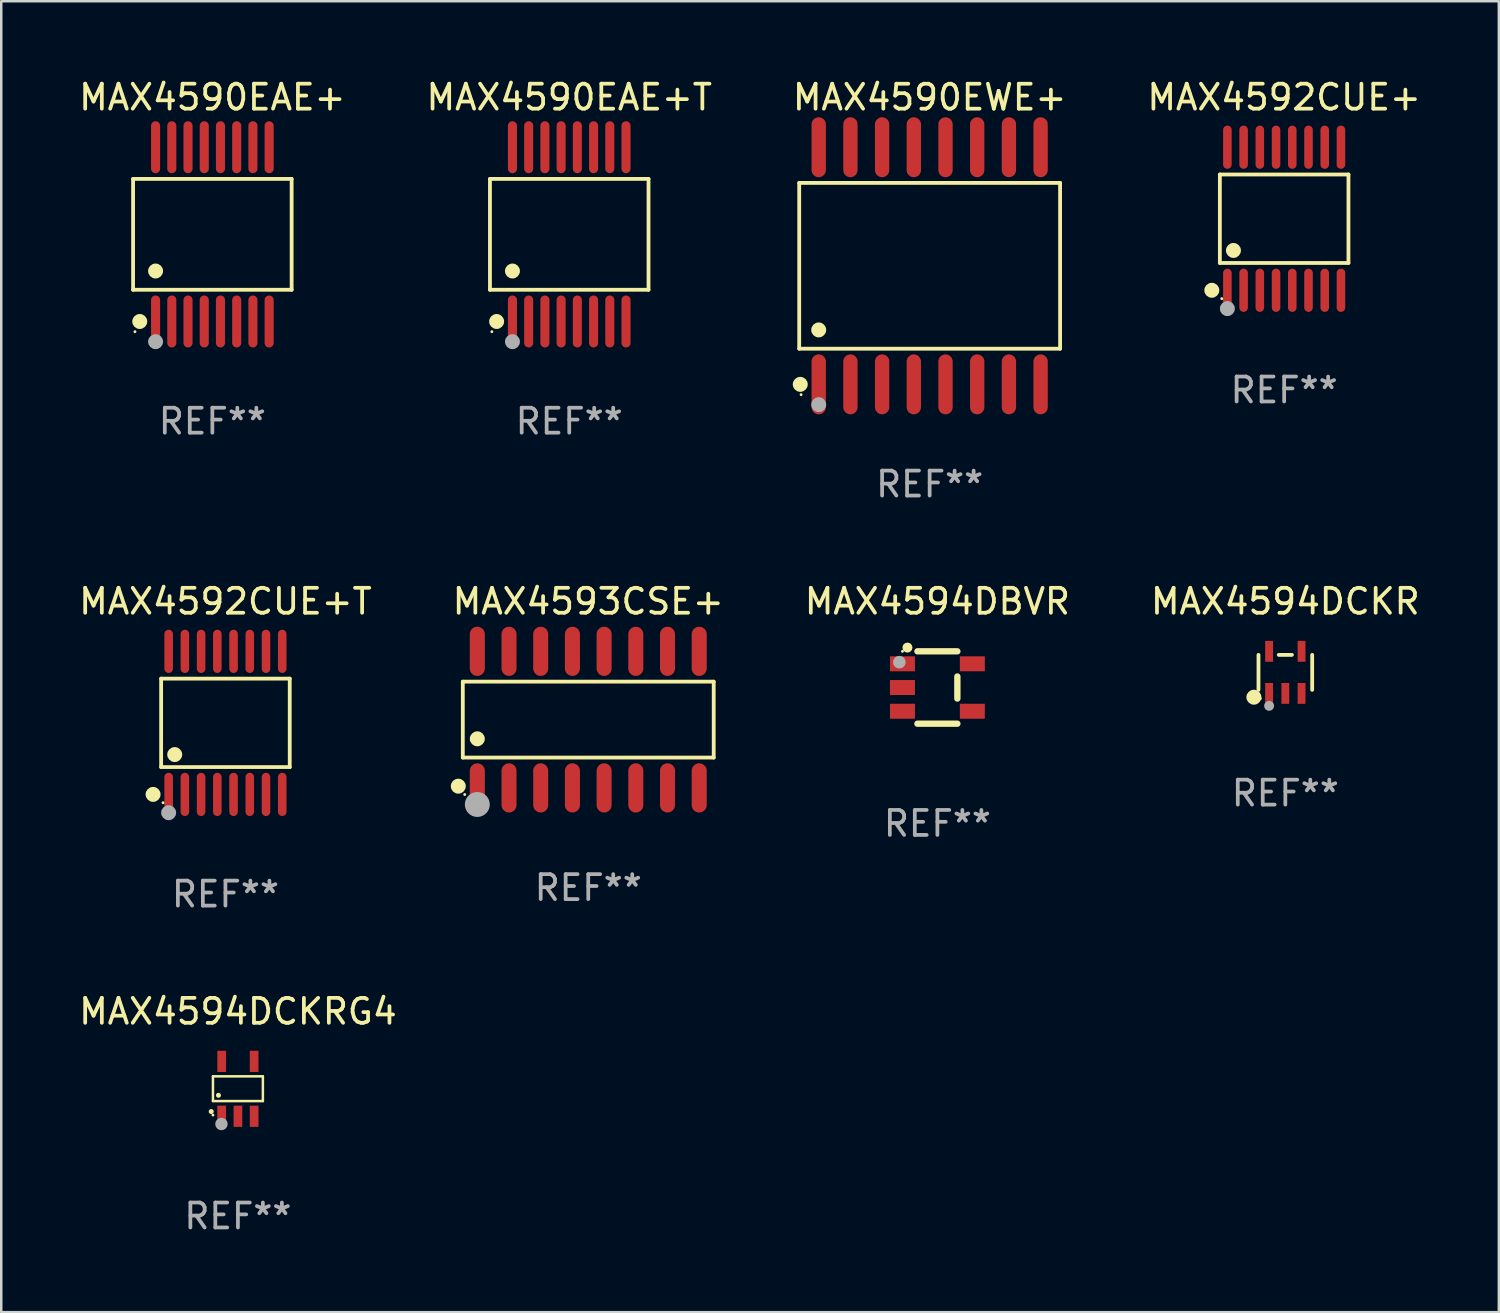
<source format=kicad_pcb>
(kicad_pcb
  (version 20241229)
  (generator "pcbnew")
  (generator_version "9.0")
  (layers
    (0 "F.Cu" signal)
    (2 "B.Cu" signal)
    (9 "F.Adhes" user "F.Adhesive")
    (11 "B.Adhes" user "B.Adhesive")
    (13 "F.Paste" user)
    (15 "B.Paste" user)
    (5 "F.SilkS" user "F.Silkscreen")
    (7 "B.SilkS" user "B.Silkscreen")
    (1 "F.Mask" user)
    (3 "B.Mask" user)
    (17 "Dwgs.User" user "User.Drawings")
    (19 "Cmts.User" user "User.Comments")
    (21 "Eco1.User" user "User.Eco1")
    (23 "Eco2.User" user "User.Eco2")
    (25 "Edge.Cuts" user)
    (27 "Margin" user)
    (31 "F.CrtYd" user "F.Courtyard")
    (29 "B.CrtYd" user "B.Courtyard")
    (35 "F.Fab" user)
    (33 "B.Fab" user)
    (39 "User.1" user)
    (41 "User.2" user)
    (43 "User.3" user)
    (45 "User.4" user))
  (footprint "MAX4592CUE+"
    (layer "F.Cu")
    (at 48.399 5.714)
    (property "Reference" "MAX4592CUE+" (at 0 -4.866 0) (layer "F.SilkS") (effects (font (size 1 1) (thickness 0.15))))
    (attr through_hole)
    (fp_line (start -2.576 -1.772) (end 2.576 -1.772) (stroke (width 0.152) (type solid)) (layer "F.SilkS"))
    (fp_line (start -2.576 1.771) (end -2.576 -1.772) (stroke (width 0.152) (type solid)) (layer "F.SilkS"))
    (fp_line (start 2.576 -1.772) (end 2.576 1.771) (stroke (width 0.152) (type solid)) (layer "F.SilkS"))
    (fp_line (start 2.576 1.771) (end -2.576 1.771) (stroke (width 0.152) (type solid)) (layer "F.SilkS"))
    (fp_circle (center -2.899 2.866) (end -2.749 2.866) (stroke (width 0.3) (type solid)) (fill no) (layer "F.SilkS"))
    (fp_circle (center -2.5 3.2) (end -2.47 3.2) (stroke (width 0.06) (type solid)) (fill no) (layer "F.SilkS"))
    (fp_circle (center -2.032 1.27) (end -1.882 1.27) (stroke (width 0.3) (type solid)) (fill no) (layer "F.SilkS"))
    (fp_circle (center -2.275 3.6) (end -2.125 3.6) (stroke (width 0.3) (type solid)) (fill no) (layer "F.Fab"))
    (fp_text user "REF**" (at 0 6.866 0) (layer "F.Fab") (effects (font (size 1 1) (thickness 0.15))))
    (pad "1" smd oval (at -2.275 2.866) (size 0.343 1.731) (layers "F.Cu" "F.Mask" "F.Paste"))
    (pad "2" smd oval (at -1.625 2.866) (size 0.343 1.731) (layers "F.Cu" "F.Mask" "F.Paste"))
    (pad "3" smd oval (at -0.975 2.866) (size 0.343 1.731) (layers "F.Cu" "F.Mask" "F.Paste"))
    (pad "4" smd oval (at -0.325 2.866) (size 0.343 1.731) (layers "F.Cu" "F.Mask" "F.Paste"))
    (pad "5" smd oval (at 0.325 2.866) (size 0.343 1.731) (layers "F.Cu" "F.Mask" "F.Paste"))
    (pad "6" smd oval (at 0.975 2.866) (size 0.343 1.731) (layers "F.Cu" "F.Mask" "F.Paste"))
    (pad "7" smd oval (at 1.625 2.866) (size 0.343 1.731) (layers "F.Cu" "F.Mask" "F.Paste"))
    (pad "8" smd oval (at 2.275 2.866) (size 0.343 1.731) (layers "F.Cu" "F.Mask" "F.Paste"))
    (pad "9" smd oval (at 2.275 -2.866) (size 0.343 1.731) (layers "F.Cu" "F.Mask" "F.Paste"))
    (pad "10" smd oval (at 1.625 -2.866) (size 0.343 1.731) (layers "F.Cu" "F.Mask" "F.Paste"))
    (pad "11" smd oval (at 0.975 -2.866) (size 0.343 1.731) (layers "F.Cu" "F.Mask" "F.Paste"))
    (pad "12" smd oval (at 0.325 -2.866) (size 0.343 1.731) (layers "F.Cu" "F.Mask" "F.Paste"))
    (pad "13" smd oval (at -0.325 -2.866) (size 0.343 1.731) (layers "F.Cu" "F.Mask" "F.Paste"))
    (pad "14" smd oval (at -0.975 -2.866) (size 0.343 1.731) (layers "F.Cu" "F.Mask" "F.Paste"))
    (pad "15" smd oval (at -1.625 -2.866) (size 0.343 1.731) (layers "F.Cu" "F.Mask" "F.Paste"))
    (pad "16" smd oval (at -2.275 -2.866) (size 0.343 1.731) (layers "F.Cu" "F.Mask" "F.Paste")))
  (footprint "MAX4590EAE+T"
    (layer "F.Cu")
    (at 19.756 6.339)
    (property "Reference" "MAX4590EAE+T" (at 0 -5.491 0) (layer "F.SilkS") (effects (font (size 1 1) (thickness 0.15))))
    (attr through_hole)
    (fp_line (start -3.176 -2.221) (end 3.176 -2.221) (stroke (width 0.152) (type solid)) (layer "F.SilkS"))
    (fp_line (start -3.176 2.221) (end -3.176 -2.221) (stroke (width 0.152) (type solid)) (layer "F.SilkS"))
    (fp_line (start 3.176 -2.221) (end 3.176 2.221) (stroke (width 0.152) (type solid)) (layer "F.SilkS"))
    (fp_line (start 3.176 2.221) (end -3.176 2.221) (stroke (width 0.152) (type solid)) (layer "F.SilkS"))
    (fp_circle (center -3.1 3.9) (end -3.07 3.9) (stroke (width 0.06) (type solid)) (fill no) (layer "F.SilkS"))
    (fp_circle (center -2.909 3.491) (end -2.759 3.491) (stroke (width 0.3) (type solid)) (fill no) (layer "F.SilkS"))
    (fp_circle (center -2.275 1.469) (end -2.125 1.469) (stroke (width 0.3) (type solid)) (fill no) (layer "F.SilkS"))
    (fp_circle (center -2.275 4.3) (end -2.125 4.3) (stroke (width 0.3) (type solid)) (fill no) (layer "F.Fab"))
    (fp_text user "REF**" (at 0 7.491 0) (layer "F.Fab") (effects (font (size 1 1) (thickness 0.15))))
    (pad "1" smd oval (at -2.275 3.491) (size 0.364 2.082) (layers "F.Cu" "F.Mask" "F.Paste"))
    (pad "2" smd oval (at -1.625 3.491) (size 0.364 2.082) (layers "F.Cu" "F.Mask" "F.Paste"))
    (pad "3" smd oval (at -0.975 3.491) (size 0.364 2.082) (layers "F.Cu" "F.Mask" "F.Paste"))
    (pad "4" smd oval (at -0.325 3.491) (size 0.364 2.082) (layers "F.Cu" "F.Mask" "F.Paste"))
    (pad "5" smd oval (at 0.325 3.491) (size 0.364 2.082) (layers "F.Cu" "F.Mask" "F.Paste"))
    (pad "6" smd oval (at 0.975 3.491) (size 0.364 2.082) (layers "F.Cu" "F.Mask" "F.Paste"))
    (pad "7" smd oval (at 1.625 3.491) (size 0.364 2.082) (layers "F.Cu" "F.Mask" "F.Paste"))
    (pad "8" smd oval (at 2.275 3.491) (size 0.364 2.082) (layers "F.Cu" "F.Mask" "F.Paste"))
    (pad "9" smd oval (at 2.275 -3.491) (size 0.364 2.082) (layers "F.Cu" "F.Mask" "F.Paste"))
    (pad "10" smd oval (at 1.625 -3.491) (size 0.364 2.082) (layers "F.Cu" "F.Mask" "F.Paste"))
    (pad "11" smd oval (at 0.975 -3.491) (size 0.364 2.082) (layers "F.Cu" "F.Mask" "F.Paste"))
    (pad "12" smd oval (at 0.325 -3.491) (size 0.364 2.082) (layers "F.Cu" "F.Mask" "F.Paste"))
    (pad "13" smd oval (at -0.325 -3.491) (size 0.364 2.082) (layers "F.Cu" "F.Mask" "F.Paste"))
    (pad "14" smd oval (at -0.975 -3.491) (size 0.364 2.082) (layers "F.Cu" "F.Mask" "F.Paste"))
    (pad "15" smd oval (at -1.625 -3.491) (size 0.364 2.082) (layers "F.Cu" "F.Mask" "F.Paste"))
    (pad "16" smd oval (at -2.275 -3.491) (size 0.364 2.082) (layers "F.Cu" "F.Mask" "F.Paste")))
  (footprint "MAX4590EWE+"
    (layer "F.Cu")
    (at 34.196 7.599)
    (property "Reference" "MAX4590EWE+" (at 0 -6.75 0) (layer "F.SilkS") (effects (font (size 1 1) (thickness 0.15))))
    (attr through_hole)
    (fp_line (start -5.226 -3.321) (end 5.226 -3.321) (stroke (width 0.152) (type solid)) (layer "F.SilkS"))
    (fp_line (start -5.226 3.321) (end -5.226 -3.321) (stroke (width 0.152) (type solid)) (layer "F.SilkS"))
    (fp_line (start 5.226 -3.321) (end 5.226 3.321) (stroke (width 0.152) (type solid)) (layer "F.SilkS"))
    (fp_line (start 5.226 3.321) (end -5.226 3.321) (stroke (width 0.152) (type solid)) (layer "F.SilkS"))
    (fp_circle (center -5.184 4.75) (end -5.034 4.75) (stroke (width 0.3) (type solid)) (fill no) (layer "F.SilkS"))
    (fp_circle (center -5.15 5.163) (end -5.12 5.163) (stroke (width 0.06) (type solid)) (fill no) (layer "F.SilkS"))
    (fp_circle (center -4.445 2.569) (end -4.295 2.569) (stroke (width 0.3) (type solid)) (fill no) (layer "F.SilkS"))
    (fp_circle (center -4.445 5.563) (end -4.295 5.563) (stroke (width 0.3) (type solid)) (fill no) (layer "F.Fab"))
    (fp_text user "REF**" (at 0 8.75 0) (layer "F.Fab") (effects (font (size 1 1) (thickness 0.15))))
    (pad "1" smd oval (at -4.445 4.75) (size 0.574 2.401) (layers "F.Cu" "F.Mask" "F.Paste"))
    (pad "2" smd oval (at -3.175 4.75) (size 0.574 2.401) (layers "F.Cu" "F.Mask" "F.Paste"))
    (pad "3" smd oval (at -1.905 4.75) (size 0.574 2.401) (layers "F.Cu" "F.Mask" "F.Paste"))
    (pad "4" smd oval (at -0.635 4.75) (size 0.574 2.401) (layers "F.Cu" "F.Mask" "F.Paste"))
    (pad "5" smd oval (at 0.635 4.75) (size 0.574 2.401) (layers "F.Cu" "F.Mask" "F.Paste"))
    (pad "6" smd oval (at 1.905 4.75) (size 0.574 2.401) (layers "F.Cu" "F.Mask" "F.Paste"))
    (pad "7" smd oval (at 3.175 4.75) (size 0.574 2.401) (layers "F.Cu" "F.Mask" "F.Paste"))
    (pad "8" smd oval (at 4.445 4.75) (size 0.574 2.401) (layers "F.Cu" "F.Mask" "F.Paste"))
    (pad "9" smd oval (at 4.445 -4.75) (size 0.574 2.401) (layers "F.Cu" "F.Mask" "F.Paste"))
    (pad "10" smd oval (at 3.175 -4.75) (size 0.574 2.401) (layers "F.Cu" "F.Mask" "F.Paste"))
    (pad "11" smd oval (at 1.905 -4.75) (size 0.574 2.401) (layers "F.Cu" "F.Mask" "F.Paste"))
    (pad "12" smd oval (at 0.635 -4.75) (size 0.574 2.401) (layers "F.Cu" "F.Mask" "F.Paste"))
    (pad "13" smd oval (at -0.635 -4.75) (size 0.574 2.401) (layers "F.Cu" "F.Mask" "F.Paste"))
    (pad "14" smd oval (at -1.905 -4.75) (size 0.574 2.401) (layers "F.Cu" "F.Mask" "F.Paste"))
    (pad "15" smd oval (at -3.175 -4.75) (size 0.574 2.401) (layers "F.Cu" "F.Mask" "F.Paste"))
    (pad "16" smd oval (at -4.445 -4.75) (size 0.574 2.401) (layers "F.Cu" "F.Mask" "F.Paste")))
  (footprint "MAX4594DCKRG4"
    (layer "F.Cu")
    (at 6.482 40.573)
    (property "Reference" "MAX4594DCKRG4" (at 0 -3.1 0) (layer "F.SilkS") (effects (font (size 1 1) (thickness 0.15))))
    (attr through_hole)
    (fp_line (start -1 -0.5) (end -1 0.49) (stroke (width 0.1) (type solid)) (layer "F.SilkS"))
    (fp_line (start -1 0.49) (end 1 0.49) (stroke (width 0.1) (type solid)) (layer "F.SilkS"))
    (fp_line (start 0.99 -0.5) (end -1 -0.5) (stroke (width 0.1) (type solid)) (layer "F.SilkS"))
    (fp_line (start 1 -0.49) (end 0.99 -0.5) (stroke (width 0.1) (type solid)) (layer "F.SilkS"))
    (fp_line (start 1 0.49) (end 1 -0.49) (stroke (width 0.1) (type solid)) (layer "F.SilkS"))
    (fp_circle (center -1.07 0.91) (end -1.02 0.91) (stroke (width 0.1) (type solid)) (fill no) (layer "F.SilkS"))
    (fp_circle (center -1 1.05) (end -0.97 1.05) (stroke (width 0.06) (type solid)) (fill no) (layer "F.SilkS"))
    (fp_circle (center -0.78 0.26) (end -0.73 0.26) (stroke (width 0.1) (type solid)) (fill no) (layer "F.SilkS"))
    (fp_circle (center -0.66 1.41) (end -0.535 1.41) (stroke (width 0.25) (type solid)) (fill no) (layer "F.Fab"))
    (fp_text user "REF**" (at 0 5.1 0) (layer "F.Fab") (effects (font (size 1 1) (thickness 0.15))))
    (pad "1" smd rect (at -0.65 1.1) (size 0.35 0.85) (layers "F.Cu" "F.Mask" "F.Paste"))
    (pad "2" smd rect (at 0.000051 1.1) (size 0.35 0.85) (layers "F.Cu" "F.Mask" "F.Paste"))
    (pad "3" smd rect (at 0.65 1.1) (size 0.35 0.85) (layers "F.Cu" "F.Mask" "F.Paste"))
    (pad "4" smd rect (at 0.65 -1.1) (size 0.35 0.85) (layers "F.Cu" "F.Mask" "F.Paste"))
    (pad "5" smd rect (at -0.65 -1.1) (size 0.35 0.85) (layers "F.Cu" "F.Mask" "F.Paste")))
  (footprint "MAX4593CSE+"
    (layer "F.Cu")
    (at 20.518 25.781)
    (property "Reference" "MAX4593CSE+" (at 0 -4.736 0) (layer "F.SilkS") (effects (font (size 1 1) (thickness 0.15))))
    (attr through_hole)
    (fp_line (start -5.026 -1.521) (end 5.026 -1.521) (stroke (width 0.152) (type solid)) (layer "F.SilkS"))
    (fp_line (start -5.026 1.521) (end -5.026 -1.521) (stroke (width 0.152) (type solid)) (layer "F.SilkS"))
    (fp_line (start 5.026 -1.521) (end 5.026 1.521) (stroke (width 0.152) (type solid)) (layer "F.SilkS"))
    (fp_line (start 5.026 1.521) (end -5.026 1.521) (stroke (width 0.152) (type solid)) (layer "F.SilkS"))
    (fp_circle (center -5.207 2.667) (end -5.057 2.667) (stroke (width 0.3) (type solid)) (fill no) (layer "F.SilkS"))
    (fp_circle (center -4.95 3) (end -4.92 3) (stroke (width 0.06) (type solid)) (fill no) (layer "F.SilkS"))
    (fp_circle (center -4.445 0.769) (end -4.295 0.769) (stroke (width 0.3) (type solid)) (fill no) (layer "F.SilkS"))
    (fp_circle (center -4.445 3.4) (end -4.195 3.4) (stroke (width 0.5) (type solid)) (fill no) (layer "F.Fab"))
    (fp_text user "REF**" (at 0 6.736 0) (layer "F.Fab") (effects (font (size 1 1) (thickness 0.15))))
    (pad "1" smd oval (at -4.445 2.736) (size 0.602 1.971) (layers "F.Cu" "F.Mask" "F.Paste"))
    (pad "2" smd oval (at -3.175 2.736) (size 0.602 1.971) (layers "F.Cu" "F.Mask" "F.Paste"))
    (pad "3" smd oval (at -1.905 2.736) (size 0.602 1.971) (layers "F.Cu" "F.Mask" "F.Paste"))
    (pad "4" smd oval (at -0.635 2.736) (size 0.602 1.971) (layers "F.Cu" "F.Mask" "F.Paste"))
    (pad "5" smd oval (at 0.635 2.736) (size 0.602 1.971) (layers "F.Cu" "F.Mask" "F.Paste"))
    (pad "6" smd oval (at 1.905 2.736) (size 0.602 1.971) (layers "F.Cu" "F.Mask" "F.Paste"))
    (pad "7" smd oval (at 3.175 2.736) (size 0.602 1.971) (layers "F.Cu" "F.Mask" "F.Paste"))
    (pad "8" smd oval (at 4.445 2.736) (size 0.602 1.971) (layers "F.Cu" "F.Mask" "F.Paste"))
    (pad "9" smd oval (at 4.445 -2.736) (size 0.602 1.971) (layers "F.Cu" "F.Mask" "F.Paste"))
    (pad "10" smd oval (at 3.175 -2.736) (size 0.602 1.971) (layers "F.Cu" "F.Mask" "F.Paste"))
    (pad "11" smd oval (at 1.905 -2.736) (size 0.602 1.971) (layers "F.Cu" "F.Mask" "F.Paste"))
    (pad "12" smd oval (at 0.635 -2.736) (size 0.602 1.971) (layers "F.Cu" "F.Mask" "F.Paste"))
    (pad "13" smd oval (at -0.635 -2.736) (size 0.602 1.971) (layers "F.Cu" "F.Mask" "F.Paste"))
    (pad "14" smd oval (at -1.905 -2.736) (size 0.602 1.971) (layers "F.Cu" "F.Mask" "F.Paste"))
    (pad "15" smd oval (at -3.175 -2.736) (size 0.602 1.971) (layers "F.Cu" "F.Mask" "F.Paste"))
    (pad "16" smd oval (at -4.445 -2.736) (size 0.602 1.971) (layers "F.Cu" "F.Mask" "F.Paste")))
  (footprint "MAX4594DBVR"
    (layer "F.Cu")
    (at 34.506 24.495)
    (property "Reference" "MAX4594DBVR" (at 0 -3.45 0) (layer "F.SilkS") (effects (font (size 1 1) (thickness 0.15))))
    (attr through_hole)
    (fp_line (start 0.8 -1.45) (end -0.8 -1.45) (stroke (width 0.254) (type solid)) (layer "F.SilkS"))
    (fp_line (start 0.8 -0.442) (end 0.8 0.442) (stroke (width 0.254) (type solid)) (layer "F.SilkS"))
    (fp_line (start 0.8 1.45) (end -0.8 1.45) (stroke (width 0.254) (type solid)) (layer "F.SilkS"))
    (fp_circle (center -1.4 -1.45) (end -1.37 -1.45) (stroke (width 0.06) (type solid)) (fill no) (layer "F.SilkS"))
    (fp_circle (center -1.2 -1.6) (end -1.1 -1.6) (stroke (width 0.2) (type solid)) (fill no) (layer "F.SilkS"))
    (fp_circle (center -1.524 -1.016) (end -1.397 -1.016) (stroke (width 0.254) (type solid)) (fill no) (layer "F.Fab"))
    (fp_text user "REF**" (at 0 5.45 0) (layer "F.Fab") (effects (font (size 1 1) (thickness 0.15))))
    (pad "1" smd rect (at -1.4 -0.95 180) (size 1 0.6) (layers "F.Cu" "F.Mask" "F.Paste"))
    (pad "2" smd rect (at -1.4 0.000114 180) (size 1 0.6) (layers "F.Cu" "F.Mask" "F.Paste"))
    (pad "3" smd rect (at -1.4 0.95 180) (size 1 0.6) (layers "F.Cu" "F.Mask" "F.Paste"))
    (pad "4" smd rect (at 1.4 0.95) (size 1 0.6) (layers "F.Cu" "F.Mask" "F.Paste"))
    (pad "5" smd rect (at 1.4 -0.95) (size 1 0.6) (layers "F.Cu" "F.Mask" "F.Paste")))
  (footprint "MAX4594DCKR"
    (layer "F.Cu")
    (at 48.446 23.888)
    (property "Reference" "MAX4594DCKR" (at 0 -2.843 0) (layer "F.SilkS") (effects (font (size 1 1) (thickness 0.15))))
    (attr through_hole)
    (fp_line (start -1.076 0.701) (end -1.076 -0.701) (stroke (width 0.152) (type solid)) (layer "F.SilkS"))
    (fp_line (start 0.264 -0.701) (end -0.264 -0.701) (stroke (width 0.152) (type solid)) (layer "F.SilkS"))
    (fp_line (start 1.076 0.701) (end 1.076 -0.701) (stroke (width 0.152) (type solid)) (layer "F.SilkS"))
    (fp_circle (center -1.26 0.995) (end -1.11 0.995) (stroke (width 0.3) (type solid)) (fill no) (layer "F.SilkS"))
    (fp_circle (center -1 1.05) (end -0.97 1.05) (stroke (width 0.06) (type solid)) (fill no) (layer "F.SilkS"))
    (fp_circle (center -0.65 1.341) (end -0.55 1.341) (stroke (width 0.2) (type solid)) (fill no) (layer "F.Fab"))
    (fp_text user "REF**" (at 0 4.843 0) (layer "F.Fab") (effects (font (size 1 1) (thickness 0.15))))
    (pad "1" smd rect (at -0.65 0.843) (size 0.315 0.835) (layers "F.Cu" "F.Mask" "F.Paste"))
    (pad "2" smd rect (at 0.00014 0.843) (size 0.315 0.835) (layers "F.Cu" "F.Mask" "F.Paste"))
    (pad "3" smd rect (at 0.65 0.843) (size 0.315 0.835) (layers "F.Cu" "F.Mask" "F.Paste"))
    (pad "4" smd rect (at 0.65 -0.843) (size 0.315 0.835) (layers "F.Cu" "F.Mask" "F.Paste"))
    (pad "5" smd rect (at -0.65 -0.843) (size 0.315 0.835) (layers "F.Cu" "F.Mask" "F.Paste")))
  (footprint "MAX4590EAE+"
    (layer "F.Cu")
    (at 5.458 6.339)
    (property "Reference" "MAX4590EAE+" (at 0 -5.491 0) (layer "F.SilkS") (effects (font (size 1 1) (thickness 0.15))))
    (attr through_hole)
    (fp_line (start -3.176 -2.221) (end 3.176 -2.221) (stroke (width 0.152) (type solid)) (layer "F.SilkS"))
    (fp_line (start -3.176 2.221) (end -3.176 -2.221) (stroke (width 0.152) (type solid)) (layer "F.SilkS"))
    (fp_line (start 3.176 -2.221) (end 3.176 2.221) (stroke (width 0.152) (type solid)) (layer "F.SilkS"))
    (fp_line (start 3.176 2.221) (end -3.176 2.221) (stroke (width 0.152) (type solid)) (layer "F.SilkS"))
    (fp_circle (center -3.1 3.9) (end -3.07 3.9) (stroke (width 0.06) (type solid)) (fill no) (layer "F.SilkS"))
    (fp_circle (center -2.909 3.491) (end -2.759 3.491) (stroke (width 0.3) (type solid)) (fill no) (layer "F.SilkS"))
    (fp_circle (center -2.275 1.469) (end -2.125 1.469) (stroke (width 0.3) (type solid)) (fill no) (layer "F.SilkS"))
    (fp_circle (center -2.275 4.3) (end -2.125 4.3) (stroke (width 0.3) (type solid)) (fill no) (layer "F.Fab"))
    (fp_text user "REF**" (at 0 7.491 0) (layer "F.Fab") (effects (font (size 1 1) (thickness 0.15))))
    (pad "1" smd oval (at -2.275 3.491) (size 0.364 2.082) (layers "F.Cu" "F.Mask" "F.Paste"))
    (pad "2" smd oval (at -1.625 3.491) (size 0.364 2.082) (layers "F.Cu" "F.Mask" "F.Paste"))
    (pad "3" smd oval (at -0.975 3.491) (size 0.364 2.082) (layers "F.Cu" "F.Mask" "F.Paste"))
    (pad "4" smd oval (at -0.325 3.491) (size 0.364 2.082) (layers "F.Cu" "F.Mask" "F.Paste"))
    (pad "5" smd oval (at 0.325 3.491) (size 0.364 2.082) (layers "F.Cu" "F.Mask" "F.Paste"))
    (pad "6" smd oval (at 0.975 3.491) (size 0.364 2.082) (layers "F.Cu" "F.Mask" "F.Paste"))
    (pad "7" smd oval (at 1.625 3.491) (size 0.364 2.082) (layers "F.Cu" "F.Mask" "F.Paste"))
    (pad "8" smd oval (at 2.275 3.491) (size 0.364 2.082) (layers "F.Cu" "F.Mask" "F.Paste"))
    (pad "9" smd oval (at 2.275 -3.491) (size 0.364 2.082) (layers "F.Cu" "F.Mask" "F.Paste"))
    (pad "10" smd oval (at 1.625 -3.491) (size 0.364 2.082) (layers "F.Cu" "F.Mask" "F.Paste"))
    (pad "11" smd oval (at 0.975 -3.491) (size 0.364 2.082) (layers "F.Cu" "F.Mask" "F.Paste"))
    (pad "12" smd oval (at 0.325 -3.491) (size 0.364 2.082) (layers "F.Cu" "F.Mask" "F.Paste"))
    (pad "13" smd oval (at -0.325 -3.491) (size 0.364 2.082) (layers "F.Cu" "F.Mask" "F.Paste"))
    (pad "14" smd oval (at -0.975 -3.491) (size 0.364 2.082) (layers "F.Cu" "F.Mask" "F.Paste"))
    (pad "15" smd oval (at -1.625 -3.491) (size 0.364 2.082) (layers "F.Cu" "F.Mask" "F.Paste"))
    (pad "16" smd oval (at -2.275 -3.491) (size 0.364 2.082) (layers "F.Cu" "F.Mask" "F.Paste")))
  (footprint "MAX4592CUE+T"
    (layer "F.Cu")
    (at 5.982 25.911)
    (property "Reference" "MAX4592CUE+T" (at 0 -4.866 0) (layer "F.SilkS") (effects (font (size 1 1) (thickness 0.15))))
    (attr through_hole)
    (fp_line (start -2.576 -1.772) (end 2.576 -1.772) (stroke (width 0.152) (type solid)) (layer "F.SilkS"))
    (fp_line (start -2.576 1.771) (end -2.576 -1.772) (stroke (width 0.152) (type solid)) (layer "F.SilkS"))
    (fp_line (start 2.576 -1.772) (end 2.576 1.771) (stroke (width 0.152) (type solid)) (layer "F.SilkS"))
    (fp_line (start 2.576 1.771) (end -2.576 1.771) (stroke (width 0.152) (type solid)) (layer "F.SilkS"))
    (fp_circle (center -2.899 2.866) (end -2.749 2.866) (stroke (width 0.3) (type solid)) (fill no) (layer "F.SilkS"))
    (fp_circle (center -2.5 3.2) (end -2.47 3.2) (stroke (width 0.06) (type solid)) (fill no) (layer "F.SilkS"))
    (fp_circle (center -2.032 1.27) (end -1.882 1.27) (stroke (width 0.3) (type solid)) (fill no) (layer "F.SilkS"))
    (fp_circle (center -2.275 3.6) (end -2.125 3.6) (stroke (width 0.3) (type solid)) (fill no) (layer "F.Fab"))
    (fp_text user "REF**" (at 0 6.866 0) (layer "F.Fab") (effects (font (size 1 1) (thickness 0.15))))
    (pad "1" smd oval (at -2.275 2.866) (size 0.343 1.731) (layers "F.Cu" "F.Mask" "F.Paste"))
    (pad "2" smd oval (at -1.625 2.866) (size 0.343 1.731) (layers "F.Cu" "F.Mask" "F.Paste"))
    (pad "3" smd oval (at -0.975 2.866) (size 0.343 1.731) (layers "F.Cu" "F.Mask" "F.Paste"))
    (pad "4" smd oval (at -0.325 2.866) (size 0.343 1.731) (layers "F.Cu" "F.Mask" "F.Paste"))
    (pad "5" smd oval (at 0.325 2.866) (size 0.343 1.731) (layers "F.Cu" "F.Mask" "F.Paste"))
    (pad "6" smd oval (at 0.975 2.866) (size 0.343 1.731) (layers "F.Cu" "F.Mask" "F.Paste"))
    (pad "7" smd oval (at 1.625 2.866) (size 0.343 1.731) (layers "F.Cu" "F.Mask" "F.Paste"))
    (pad "8" smd oval (at 2.275 2.866) (size 0.343 1.731) (layers "F.Cu" "F.Mask" "F.Paste"))
    (pad "9" smd oval (at 2.275 -2.866) (size 0.343 1.731) (layers "F.Cu" "F.Mask" "F.Paste"))
    (pad "10" smd oval (at 1.625 -2.866) (size 0.343 1.731) (layers "F.Cu" "F.Mask" "F.Paste"))
    (pad "11" smd oval (at 0.975 -2.866) (size 0.343 1.731) (layers "F.Cu" "F.Mask" "F.Paste"))
    (pad "12" smd oval (at 0.325 -2.866) (size 0.343 1.731) (layers "F.Cu" "F.Mask" "F.Paste"))
    (pad "13" smd oval (at -0.325 -2.866) (size 0.343 1.731) (layers "F.Cu" "F.Mask" "F.Paste"))
    (pad "14" smd oval (at -0.975 -2.866) (size 0.343 1.731) (layers "F.Cu" "F.Mask" "F.Paste"))
    (pad "15" smd oval (at -1.625 -2.866) (size 0.343 1.731) (layers "F.Cu" "F.Mask" "F.Paste"))
    (pad "16" smd oval (at -2.275 -2.866) (size 0.343 1.731) (layers "F.Cu" "F.Mask" "F.Paste")))
  (gr_rect
    (start -3 -3)
    (end 57 49.522)
    (stroke (width 0.1) (type default))
    (fill no)
    (layer "Edge.Cuts")))
</source>
